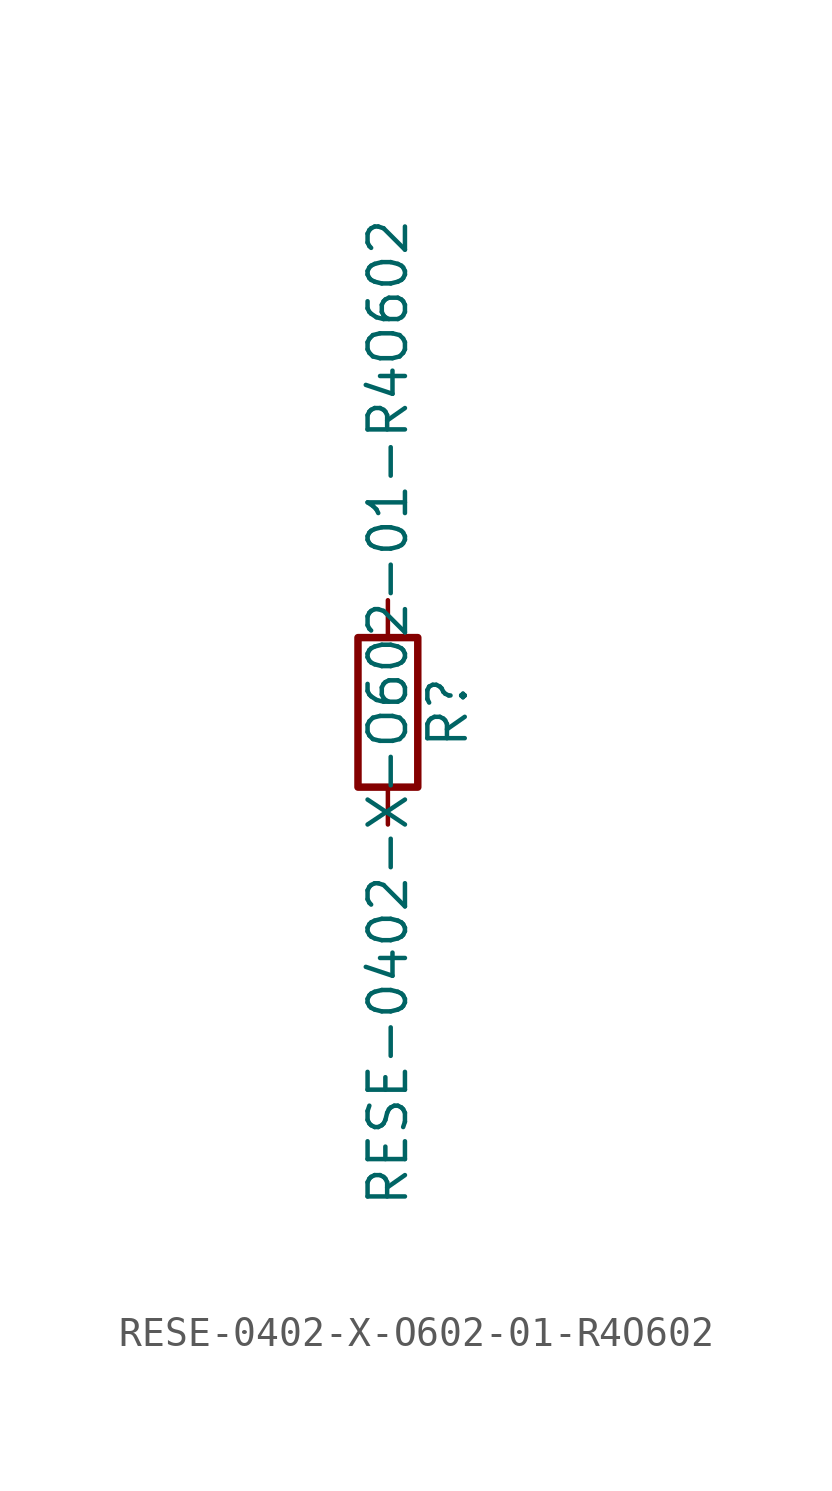
<source format=kicad_sym>
(kicad_symbol_lib
  (version 20211014)
  (generator kicad_symbol_editor)
  (symbol "RESE-0402-X-O602-01-R4O602"
    (pin_numbers hide)
    (pin_names
      (offset 0))
    (property "Reference" "R"
      (at 2.032 0 90)
      (effects (font (size 1.27 1.27))))
    (property "Value" "RESE-0402-X-O602-01-R4O602"
      (at 0 0 90)
      (effects (font (size 1.27 1.27))))
    (symbol "RESE-0402-X-O602-01-R4O602_0_1"
      (rectangle (start -1.016 -2.54) (end 1.016 2.54) (stroke (width 0.254) (type default) (color 0 0 0 0)) (fill (type none))))
    (symbol "RESE-0402-X-O602-01-R4O602_1_1"
      (pin passive line (at 0 3.81 270) (length 1.27) (name "~" (effects (font (size 1.27 1.27)))) (number "1" (effects (font (size 1.27 1.27)))))
      (pin passive line (at 0 -3.81 90) (length 1.27) (name "~" (effects (font (size 1.27 1.27)))) (number "2" (effects (font (size 1.27 1.27))))))))
</source>
